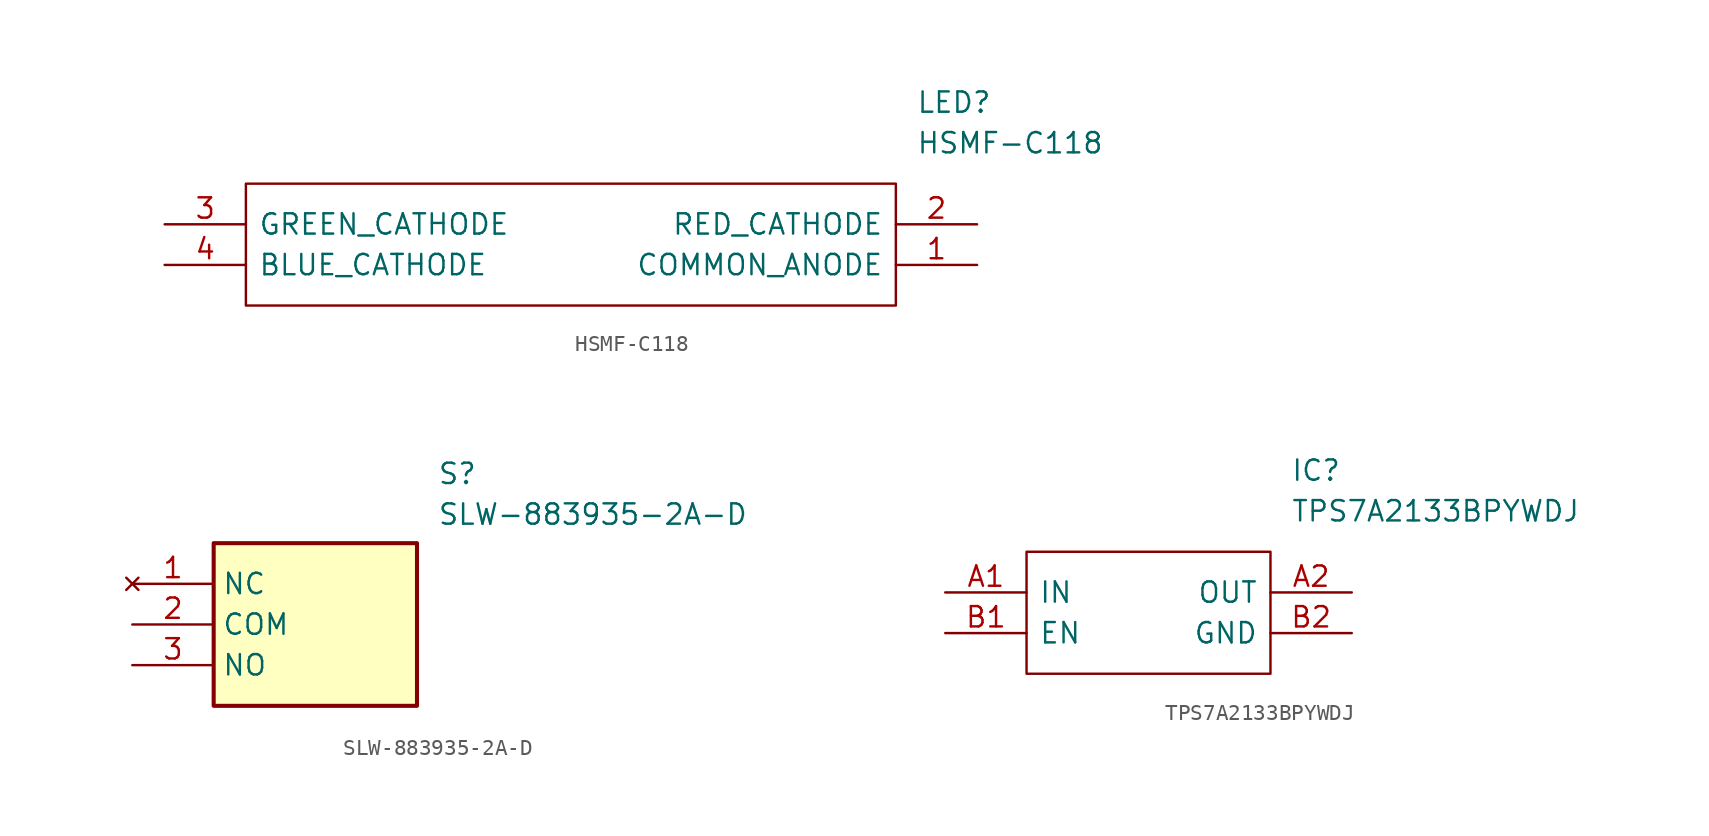
<source format=kicad_sym>
(kicad_symbol_lib
  (version 20220914)
  (generator kicad_symbol_editor)
  (symbol "HSMF-C118"
    (pin_names
      (offset 0.762))
    (property "Reference" "LED"
      (at 46.99 7.62 0)
      (effects (font (size 1.27 1.27)) (justify left)))
    (property "Value" "HSMF-C118"
      (at 46.99 5.08 0)
      (effects (font (size 1.27 1.27)) (justify left)))
    (symbol "HSMF-C118_0_0"
      (pin passive line (at 50.8 -2.54 180) (length 5.08) (name "COMMON_ANODE" (effects (font (size 1.27 1.27)))) (number "1" (effects (font (size 1.27 1.27)))))
      (pin passive line (at 50.8 0 180) (length 5.08) (name "RED_CATHODE" (effects (font (size 1.27 1.27)))) (number "2" (effects (font (size 1.27 1.27)))))
      (pin passive line (at 0 0 0) (length 5.08) (name "GREEN_CATHODE" (effects (font (size 1.27 1.27)))) (number "3" (effects (font (size 1.27 1.27)))))
      (pin passive line (at 0 -2.54 0) (length 5.08) (name "BLUE_CATHODE" (effects (font (size 1.27 1.27)))) (number "4" (effects (font (size 1.27 1.27))))))
    (symbol "HSMF-C118_0_1"
      (polyline (pts (xy 5.08 2.54) (xy 45.72 2.54) (xy 45.72 -5.08) (xy 5.08 -5.08) (xy 5.08 2.54)) (stroke (width 0.152) (type solid)) (fill (type none)))))
  (symbol "SLW-883935-2A-D"
    (property "Reference" "S"
      (at 19.05 7.62 0)
      (effects (font (size 1.27 1.27)) (justify left top)))
    (property "Value" "SLW-883935-2A-D"
      (at 19.05 5.08 0)
      (effects (font (size 1.27 1.27)) (justify left top)))
    (symbol "SLW-883935-2A-D_1_1"
      (rectangle (start 5.08 2.54) (end 17.78 -7.62) (stroke (width 0.254) (type default)) (fill (type background)))
      (pin no_connect line (at 0 0 0) (length 5.08) (name "NC" (effects (font (size 1.27 1.27)))) (number "1" (effects (font (size 1.27 1.27)))))
      (pin passive line (at 0 -2.54 0) (length 5.08) (name "COM" (effects (font (size 1.27 1.27)))) (number "2" (effects (font (size 1.27 1.27)))))
      (pin passive line (at 0 -5.08 0) (length 5.08) (name "NO" (effects (font (size 1.27 1.27)))) (number "3" (effects (font (size 1.27 1.27)))))))
  (symbol "TPS7A2133BPYWDJ"
    (pin_names
      (offset 0.762))
    (property "Reference" "IC"
      (at 21.59 7.62 0)
      (effects (font (size 1.27 1.27)) (justify left)))
    (property "Value" "TPS7A2133BPYWDJ"
      (at 21.59 5.08 0)
      (effects (font (size 1.27 1.27)) (justify left)))
    (symbol "TPS7A2133BPYWDJ_0_0"
      (pin passive line (at 0 0 0) (length 5.08) (name "IN" (effects (font (size 1.27 1.27)))) (number "A1" (effects (font (size 1.27 1.27)))))
      (pin passive line (at 25.4 0 180) (length 5.08) (name "OUT" (effects (font (size 1.27 1.27)))) (number "A2" (effects (font (size 1.27 1.27)))))
      (pin passive line (at 0 -2.54 0) (length 5.08) (name "EN" (effects (font (size 1.27 1.27)))) (number "B1" (effects (font (size 1.27 1.27)))))
      (pin passive line (at 25.4 -2.54 180) (length 5.08) (name "GND" (effects (font (size 1.27 1.27)))) (number "B2" (effects (font (size 1.27 1.27))))))
    (symbol "TPS7A2133BPYWDJ_0_1"
      (polyline (pts (xy 5.08 2.54) (xy 20.32 2.54) (xy 20.32 -5.08) (xy 5.08 -5.08) (xy 5.08 2.54)) (stroke (width 0.152) (type solid)) (fill (type none))))))
</source>
